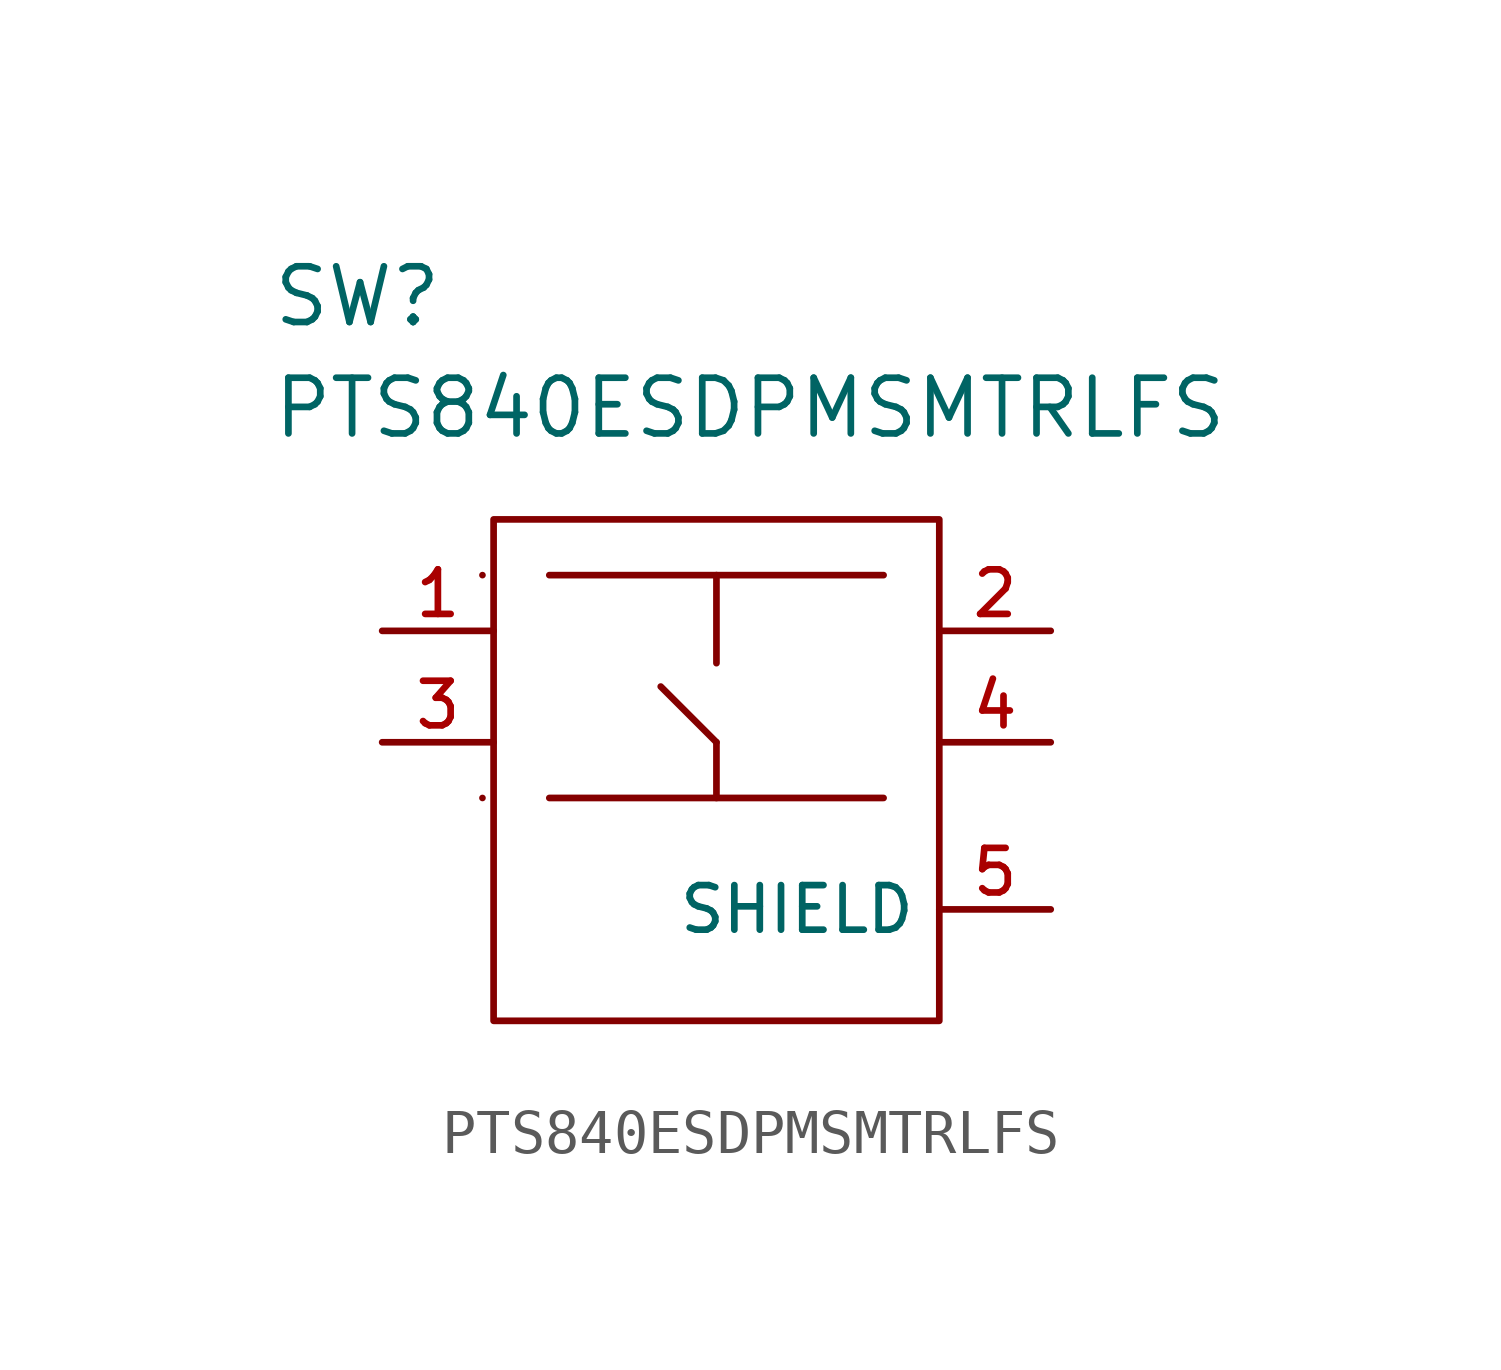
<source format=kicad_sym>
(kicad_symbol_lib
  (version 20220914)
  (generator kicad_symbol_editor)
  (symbol "PTS840ESDPMSMTRLFS"
    (property "Reference" "SW"
      (at -5.08 16.51 0)
      (effects (font (size 1.27 1.27)) (justify left)))
    (property "Value" "PTS840ESDPMSMTRLFS"
      (at -5.08 13.97 0)
      (effects (font (size 1.27 1.27)) (justify left)))
    (symbol "PTS840ESDPMSMTRLFS_0_0"
      (pin power_in line (at 12.7 2.54 180) (length 2.54) (name "SHIELD" (effects (font (size 1.016 1.016)))) (number "5" (effects (font (size 1.016 1.016))))))
    (symbol "PTS840ESDPMSMTRLFS_0_1"
      (polyline (pts (xy 1.27 5.08) (xy 8.89 5.08)) (stroke (width 0) (type solid)) (fill (type none)))
      (polyline (pts (xy 1.27 10.16) (xy 8.89 10.16)) (stroke (width 0) (type solid)) (fill (type none)))
      (polyline (pts (xy 5.08 5.08) (xy 5.08 6.35)) (stroke (width 0) (type solid)) (fill (type none)))
      (polyline (pts (xy 5.08 6.35) (xy 3.81 7.62)) (stroke (width 0) (type solid)) (fill (type none)))
      (polyline (pts (xy 5.08 10.16) (xy 5.08 8.153)) (stroke (width 0) (type solid)) (fill (type none)))
      (rectangle (start 0 11.43) (end 10.16 0) (stroke (width 0) (type solid)) (fill (type none))))
    (symbol "PTS840ESDPMSMTRLFS_1_1"
      (arc (start -0.254 5.08) (mid -1.27 5.08) (end -0.254 5.08) (stroke (width 0) (type solid)) (fill (type none)))
      (arc (start -0.254 10.16) (mid -1.27 10.16) (end -0.254 10.16) (stroke (width 0) (type solid)) (fill (type none)))
      (pin passive line (at -2.54 8.89 0) (length 2.54) (name "1" (effects (font (size 0 0)))) (number "1" (effects (font (size 1.016 1.016)))))
      (pin passive line (at 12.7 8.89 180) (length 2.54) (name "2" (effects (font (size 0 0)))) (number "2" (effects (font (size 1.016 1.016)))))
      (pin passive line (at -2.54 6.35 0) (length 2.54) (name "3" (effects (font (size 0 0)))) (number "3" (effects (font (size 1.016 1.016)))))
      (pin passive line (at 12.7 6.35 180) (length 2.54) (name "4" (effects (font (size 0 0)))) (number "4" (effects (font (size 1.016 1.016))))))))
</source>
